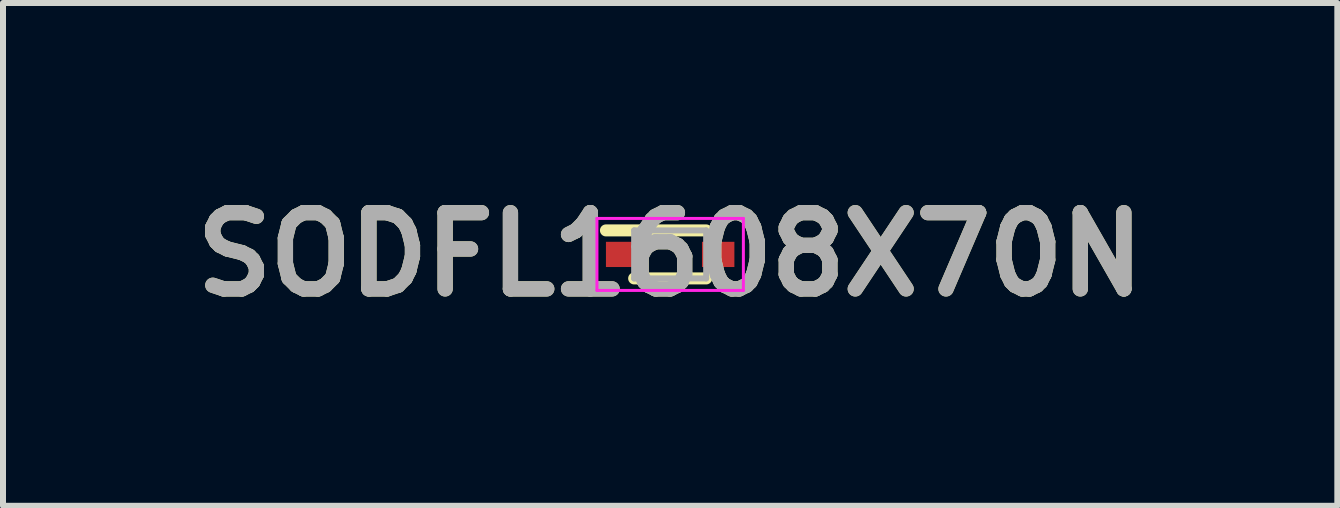
<source format=kicad_pcb>
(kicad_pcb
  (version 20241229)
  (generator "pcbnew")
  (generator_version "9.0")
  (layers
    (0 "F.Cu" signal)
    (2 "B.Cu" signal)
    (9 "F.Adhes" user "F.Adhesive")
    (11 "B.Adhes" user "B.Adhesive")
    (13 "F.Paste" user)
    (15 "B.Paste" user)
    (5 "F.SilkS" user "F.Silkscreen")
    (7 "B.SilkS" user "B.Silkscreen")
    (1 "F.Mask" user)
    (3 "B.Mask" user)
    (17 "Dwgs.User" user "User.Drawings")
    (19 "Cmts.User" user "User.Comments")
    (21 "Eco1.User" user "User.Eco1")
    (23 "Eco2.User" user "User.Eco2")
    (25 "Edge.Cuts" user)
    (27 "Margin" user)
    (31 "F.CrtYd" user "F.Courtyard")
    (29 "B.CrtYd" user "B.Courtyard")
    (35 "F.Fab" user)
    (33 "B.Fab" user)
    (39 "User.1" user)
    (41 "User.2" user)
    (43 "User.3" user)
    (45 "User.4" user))
  (footprint "SODFL1608X70N"
    (layer "F.Cu")
    (at 8.116 1.189)
    (property "Reference" "SODFL1608X70N" (at 0 0 0) (layer "F.SilkS") (effects (font (size 1.27 1.27) (thickness 0.254))))
    (attr smd)
    (fp_line (start -1.07 -0.4) (end 0.6 -0.4) (stroke (width 0.2) (type solid)) (layer "F.SilkS"))
    (fp_line (start -0.6 0.4) (end 0.6 0.4) (stroke (width 0.2) (type solid)) (layer "F.SilkS"))
    (fp_line (start -1.22 -0.6) (end 1.22 -0.6) (stroke (width 0.05) (type solid)) (layer "F.CrtYd"))
    (fp_line (start -1.22 0.6) (end -1.22 -0.6) (stroke (width 0.05) (type solid)) (layer "F.CrtYd"))
    (fp_line (start 1.22 -0.6) (end 1.22 0.6) (stroke (width 0.05) (type solid)) (layer "F.CrtYd"))
    (fp_line (start 1.22 0.6) (end -1.22 0.6) (stroke (width 0.05) (type solid)) (layer "F.CrtYd"))
    (fp_line (start -0.6 -0.4) (end 0.6 -0.4) (stroke (width 0.1) (type solid)) (layer "F.Fab"))
    (fp_line (start -0.6 -0.13) (end -0.33 -0.4) (stroke (width 0.1) (type solid)) (layer "F.Fab"))
    (fp_line (start -0.6 0.4) (end -0.6 -0.4) (stroke (width 0.1) (type solid)) (layer "F.Fab"))
    (fp_line (start 0.6 -0.4) (end 0.6 0.4) (stroke (width 0.1) (type solid)) (layer "F.Fab"))
    (fp_line (start 0.6 0.4) (end -0.6 0.4) (stroke (width 0.1) (type solid)) (layer "F.Fab"))
    (fp_text user "${REFERENCE}" (at 0 0 0) (layer "F.Fab") (effects (font (size 1.27 1.27) (thickness 0.254))))
    (pad "1" smd rect (at -0.8 0 90) (size 0.42 0.54) (layers "F.Cu" "F.Mask" "F.Paste"))
    (pad "2" smd rect (at 0.8 0 90) (size 0.42 0.54) (layers "F.Cu" "F.Mask" "F.Paste")))
  (gr_rect
    (start -3 -3)
    (end 19.232 5.377)
    (stroke (width 0.1) (type default))
    (fill no)
    (layer "Edge.Cuts")))
</source>
